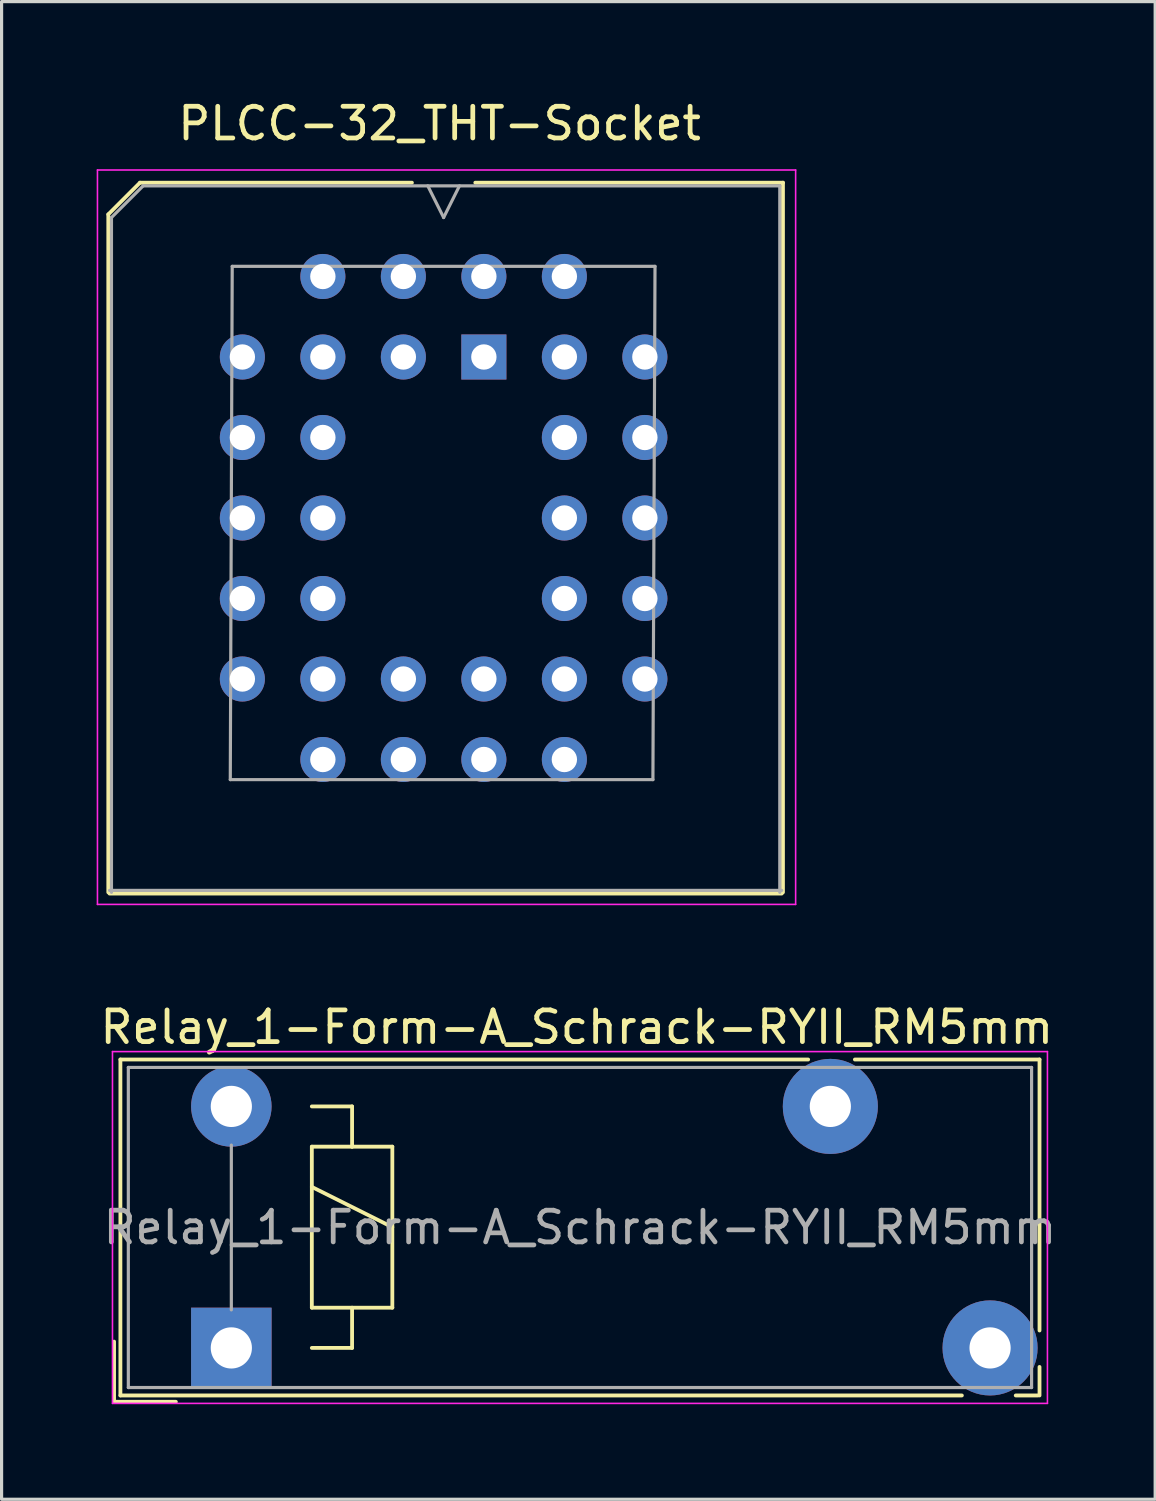
<source format=kicad_pcb>
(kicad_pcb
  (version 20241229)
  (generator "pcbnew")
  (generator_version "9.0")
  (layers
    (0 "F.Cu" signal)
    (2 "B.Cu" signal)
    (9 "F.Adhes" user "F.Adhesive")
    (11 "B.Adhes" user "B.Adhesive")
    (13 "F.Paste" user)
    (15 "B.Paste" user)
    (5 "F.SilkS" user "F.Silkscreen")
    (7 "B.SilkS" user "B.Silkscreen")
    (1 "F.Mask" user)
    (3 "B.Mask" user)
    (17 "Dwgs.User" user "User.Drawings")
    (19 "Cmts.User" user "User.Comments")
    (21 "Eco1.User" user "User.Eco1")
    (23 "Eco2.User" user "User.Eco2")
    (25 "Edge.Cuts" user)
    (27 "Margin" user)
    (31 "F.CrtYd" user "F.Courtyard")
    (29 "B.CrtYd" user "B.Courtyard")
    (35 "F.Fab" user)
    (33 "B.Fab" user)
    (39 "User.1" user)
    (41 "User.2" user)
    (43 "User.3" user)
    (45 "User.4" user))
  (footprint "Relay_1-Form-A_Schrack-RYII_RM5mm"
    (layer "F.Cu")
    (at 4.249 39.48)
    (property "Reference" "Relay_1-Form-A_Schrack-RYII_RM5mm" (at 10.9 -10.12 0) (layer "F.SilkS") (effects (font (size 1 1) (thickness 0.15))))
    (attr through_hole)
    (fp_line (start -3.7 1.7) (end -3.7 -0.2) (stroke (width 0.12) (type solid)) (layer "F.SilkS"))
    (fp_line (start -3.5 -9.1) (end 18.2 -9.1) (stroke (width 0.12) (type solid)) (layer "F.SilkS"))
    (fp_line (start -3.5 1.5) (end -3.5 -9.1) (stroke (width 0.12) (type solid)) (layer "F.SilkS"))
    (fp_line (start -1.75 1.7) (end -3.7 1.7) (stroke (width 0.12) (type solid)) (layer "F.SilkS"))
    (fp_line (start 2.54 -7.62) (end 3.81 -7.62) (stroke (width 0.12) (type solid)) (layer "F.SilkS"))
    (fp_line (start 2.54 -6.35) (end 3.81 -6.35) (stroke (width 0.12) (type solid)) (layer "F.SilkS"))
    (fp_line (start 2.54 -5.08) (end 5.08 -3.81) (stroke (width 0.12) (type solid)) (layer "F.SilkS"))
    (fp_line (start 2.54 -1.27) (end 2.54 -6.35) (stroke (width 0.12) (type solid)) (layer "F.SilkS"))
    (fp_line (start 3.81 -7.62) (end 3.81 -6.35) (stroke (width 0.12) (type solid)) (layer "F.SilkS"))
    (fp_line (start 3.81 -6.35) (end 5.08 -6.35) (stroke (width 0.12) (type solid)) (layer "F.SilkS"))
    (fp_line (start 3.81 -1.27) (end 3.81 0) (stroke (width 0.12) (type solid)) (layer "F.SilkS"))
    (fp_line (start 3.81 0) (end 2.54 0) (stroke (width 0.12) (type solid)) (layer "F.SilkS"))
    (fp_line (start 5.08 -6.35) (end 5.08 -1.27) (stroke (width 0.12) (type solid)) (layer "F.SilkS"))
    (fp_line (start 5.08 -1.27) (end 2.54 -1.27) (stroke (width 0.12) (type solid)) (layer "F.SilkS"))
    (fp_line (start 19.675 -9.1) (end 25.5 -9.1) (stroke (width 0.12) (type solid)) (layer "F.SilkS"))
    (fp_line (start 23.05 1.5) (end -3.5 1.5) (stroke (width 0.12) (type solid)) (layer "F.SilkS"))
    (fp_line (start 25.45 1.5) (end 24.75 1.5) (stroke (width 0.12) (type solid)) (layer "F.SilkS"))
    (fp_line (start 25.5 -9.1) (end 25.5 -0.55) (stroke (width 0.12) (type solid)) (layer "F.SilkS"))
    (fp_line (start 25.5 0.6) (end 25.5 1.5) (stroke (width 0.12) (type solid)) (layer "F.SilkS"))
    (fp_line (start -3.75 -9.35) (end -3.75 1.75) (stroke (width 0.05) (type solid)) (layer "F.CrtYd"))
    (fp_line (start -3.75 1.75) (end 25.75 1.75) (stroke (width 0.05) (type solid)) (layer "F.CrtYd"))
    (fp_line (start 25.75 -9.35) (end -3.75 -9.35) (stroke (width 0.05) (type solid)) (layer "F.CrtYd"))
    (fp_line (start 25.75 1.75) (end 25.75 -9.35) (stroke (width 0.05) (type solid)) (layer "F.CrtYd"))
    (fp_line (start -3.25 -8.85) (end 25.25 -8.85) (stroke (width 0.1) (type solid)) (layer "F.Fab"))
    (fp_line (start -3.25 1.25) (end -3.25 -8.85) (stroke (width 0.1) (type solid)) (layer "F.Fab"))
    (fp_line (start 0 -6.4) (end 0 -1.2) (stroke (width 0.1) (type solid)) (layer "F.Fab"))
    (fp_line (start 25.25 -8.85) (end 25.25 1.25) (stroke (width 0.1) (type solid)) (layer "F.Fab"))
    (fp_line (start 25.25 1.25) (end -3.25 1.25) (stroke (width 0.1) (type solid)) (layer "F.Fab"))
    (fp_text user "${REFERENCE}" (at 11 -3.8 0) (layer "F.Fab") (effects (font (size 1 1) (thickness 0.15))))
    (pad "A1" thru_hole rect (at 0 0) (size 2.54 2.54) (drill 1.3) (layers "*.Cu" "*.Mask"))
    (pad "A2" thru_hole circle (at 0 -7.62) (size 2.54 2.54) (drill 1.3) (layers "*.Cu" "*.Mask"))
    (pad "C" thru_hole circle (at 18.9 -7.62) (size 3 3) (drill 1.3) (layers "*.Cu" "*.Mask"))
    (pad "NO" thru_hole circle (at 23.94 0) (size 3 3) (drill 1.3) (layers "*.Cu" "*.Mask")))
  (footprint "PLCC-32_THT-Socket"
    (layer "F.Cu")
    (at 12.217 8.214)
    (property "Reference" "PLCC-32_THT-Socket" (at -1.397 -7.366 0) (layer "F.SilkS") (effects (font (size 1 1) (thickness 0.15))))
    (attr through_hole)
    (fp_line (start -11.85 -4.5) (end -11.85 16.891) (stroke (width 0.12) (type solid)) (layer "F.SilkS"))
    (fp_line (start -11.811 16.93) (end 9.398 16.93) (stroke (width 0.12) (type solid)) (layer "F.SilkS"))
    (fp_line (start -10.85 -5.5) (end -11.85 -4.5) (stroke (width 0.12) (type solid)) (layer "F.SilkS"))
    (fp_line (start -2.27 -5.5) (end -10.85 -5.5) (stroke (width 0.12) (type solid)) (layer "F.SilkS"))
    (fp_line (start 9.437 -5.5) (end -0.27 -5.5) (stroke (width 0.12) (type solid)) (layer "F.SilkS"))
    (fp_line (start 9.437 16.891) (end 9.437 -5.5) (stroke (width 0.12) (type solid)) (layer "F.SilkS"))
    (fp_line (start -12.192 -5.9) (end -12.192 17.272) (stroke (width 0.05) (type solid)) (layer "F.CrtYd"))
    (fp_line (start -12.192 17.272) (end 9.837 17.272) (stroke (width 0.05) (type solid)) (layer "F.CrtYd"))
    (fp_line (start 9.837 -5.9) (end -12.192 -5.9) (stroke (width 0.05) (type solid)) (layer "F.CrtYd"))
    (fp_line (start 9.837 17.272) (end 9.837 -5.9) (stroke (width 0.05) (type solid)) (layer "F.CrtYd"))
    (fp_line (start -11.811 16.83) (end 9.398 16.83) (stroke (width 0.1) (type solid)) (layer "F.Fab"))
    (fp_line (start -11.75 -4.4) (end -11.75 16.891) (stroke (width 0.1) (type solid)) (layer "F.Fab"))
    (fp_line (start -10.75 -5.4) (end -11.75 -4.4) (stroke (width 0.1) (type solid)) (layer "F.Fab"))
    (fp_line (start -8.001 13.335) (end 5.334 13.335) (stroke (width 0.1) (type solid)) (layer "F.Fab"))
    (fp_line (start -7.94 -2.86) (end -8.001 13.335) (stroke (width 0.1) (type solid)) (layer "F.Fab"))
    (fp_line (start -1.77 -5.4) (end -1.27 -4.4) (stroke (width 0.1) (type solid)) (layer "F.Fab"))
    (fp_line (start -1.27 -4.4) (end -0.77 -5.4) (stroke (width 0.1) (type solid)) (layer "F.Fab"))
    (fp_line (start 5.334 13.335) (end 5.4 -2.86) (stroke (width 0.1) (type solid)) (layer "F.Fab"))
    (fp_line (start 5.4 -2.86) (end -7.94 -2.86) (stroke (width 0.1) (type solid)) (layer "F.Fab"))
    (fp_line (start 9.337 -5.4) (end -10.75 -5.4) (stroke (width 0.1) (type solid)) (layer "F.Fab"))
    (fp_line (start 9.337 16.891) (end 9.337 -5.4) (stroke (width 0.1) (type solid)) (layer "F.Fab"))
    (pad "1" thru_hole rect (at 0 0) (size 1.422 1.422) (drill 0.8) (layers "*.Cu" "*.Mask"))
    (pad "2" thru_hole circle (at -2.54 -2.54) (size 1.422 1.422) (drill 0.8) (layers "*.Cu" "*.Mask"))
    (pad "3" thru_hole circle (at -2.54 0) (size 1.422 1.422) (drill 0.8) (layers "*.Cu" "*.Mask"))
    (pad "4" thru_hole circle (at -5.08 -2.54) (size 1.422 1.422) (drill 0.8) (layers "*.Cu" "*.Mask"))
    (pad "5" thru_hole circle (at -7.62 0) (size 1.422 1.422) (drill 0.8) (layers "*.Cu" "*.Mask"))
    (pad "6" thru_hole circle (at -5.08 0) (size 1.422 1.422) (drill 0.8) (layers "*.Cu" "*.Mask"))
    (pad "7" thru_hole circle (at -7.62 2.54) (size 1.422 1.422) (drill 0.8) (layers "*.Cu" "*.Mask"))
    (pad "8" thru_hole circle (at -5.08 2.54) (size 1.422 1.422) (drill 0.8) (layers "*.Cu" "*.Mask"))
    (pad "9" thru_hole circle (at -7.62 5.08) (size 1.422 1.422) (drill 0.8) (layers "*.Cu" "*.Mask"))
    (pad "10" thru_hole circle (at -5.08 5.08) (size 1.422 1.422) (drill 0.8) (layers "*.Cu" "*.Mask"))
    (pad "11" thru_hole circle (at -7.62 7.62) (size 1.422 1.422) (drill 0.8) (layers "*.Cu" "*.Mask"))
    (pad "12" thru_hole circle (at -5.08 7.62) (size 1.422 1.422) (drill 0.8) (layers "*.Cu" "*.Mask"))
    (pad "13" thru_hole circle (at -7.62 10.16) (size 1.422 1.422) (drill 0.8) (layers "*.Cu" "*.Mask"))
    (pad "14" thru_hole circle (at -5.08 12.7) (size 1.422 1.422) (drill 0.8) (layers "*.Cu" "*.Mask"))
    (pad "15" thru_hole circle (at -5.08 10.16) (size 1.422 1.422) (drill 0.8) (layers "*.Cu" "*.Mask"))
    (pad "16" thru_hole circle (at -2.54 12.7) (size 1.422 1.422) (drill 0.8) (layers "*.Cu" "*.Mask"))
    (pad "17" thru_hole circle (at -2.54 10.16) (size 1.422 1.422) (drill 0.8) (layers "*.Cu" "*.Mask"))
    (pad "18" thru_hole circle (at 0 12.7) (size 1.422 1.422) (drill 0.8) (layers "*.Cu" "*.Mask"))
    (pad "19" thru_hole circle (at 0 10.16) (size 1.422 1.422) (drill 0.8) (layers "*.Cu" "*.Mask"))
    (pad "20" thru_hole circle (at 2.54 12.7) (size 1.422 1.422) (drill 0.8) (layers "*.Cu" "*.Mask"))
    (pad "21" thru_hole circle (at 5.08 10.16) (size 1.422 1.422) (drill 0.8) (layers "*.Cu" "*.Mask"))
    (pad "22" thru_hole circle (at 2.54 10.16) (size 1.422 1.422) (drill 0.8) (layers "*.Cu" "*.Mask"))
    (pad "23" thru_hole circle (at 5.08 7.62) (size 1.422 1.422) (drill 0.8) (layers "*.Cu" "*.Mask"))
    (pad "24" thru_hole circle (at 2.54 7.62) (size 1.422 1.422) (drill 0.8) (layers "*.Cu" "*.Mask"))
    (pad "25" thru_hole circle (at 5.08 5.08) (size 1.422 1.422) (drill 0.8) (layers "*.Cu" "*.Mask"))
    (pad "26" thru_hole circle (at 2.54 5.08) (size 1.422 1.422) (drill 0.8) (layers "*.Cu" "*.Mask"))
    (pad "27" thru_hole circle (at 5.08 2.54) (size 1.422 1.422) (drill 0.8) (layers "*.Cu" "*.Mask"))
    (pad "28" thru_hole circle (at 2.54 2.54) (size 1.422 1.422) (drill 0.8) (layers "*.Cu" "*.Mask"))
    (pad "29" thru_hole circle (at 5.08 0) (size 1.422 1.422) (drill 0.8) (layers "*.Cu" "*.Mask"))
    (pad "30" thru_hole circle (at 2.54 -2.54) (size 1.422 1.422) (drill 0.8) (layers "*.Cu" "*.Mask"))
    (pad "31" thru_hole circle (at 2.54 0) (size 1.422 1.422) (drill 0.8) (layers "*.Cu" "*.Mask"))
    (pad "32" thru_hole circle (at 0 -2.54) (size 1.422 1.422) (drill 0.8) (layers "*.Cu" "*.Mask")))
  (gr_rect
    (start -3 -3)
    (end 33.398 44.255)
    (stroke (width 0.1) (type default))
    (fill no)
    (layer "Edge.Cuts")))
</source>
